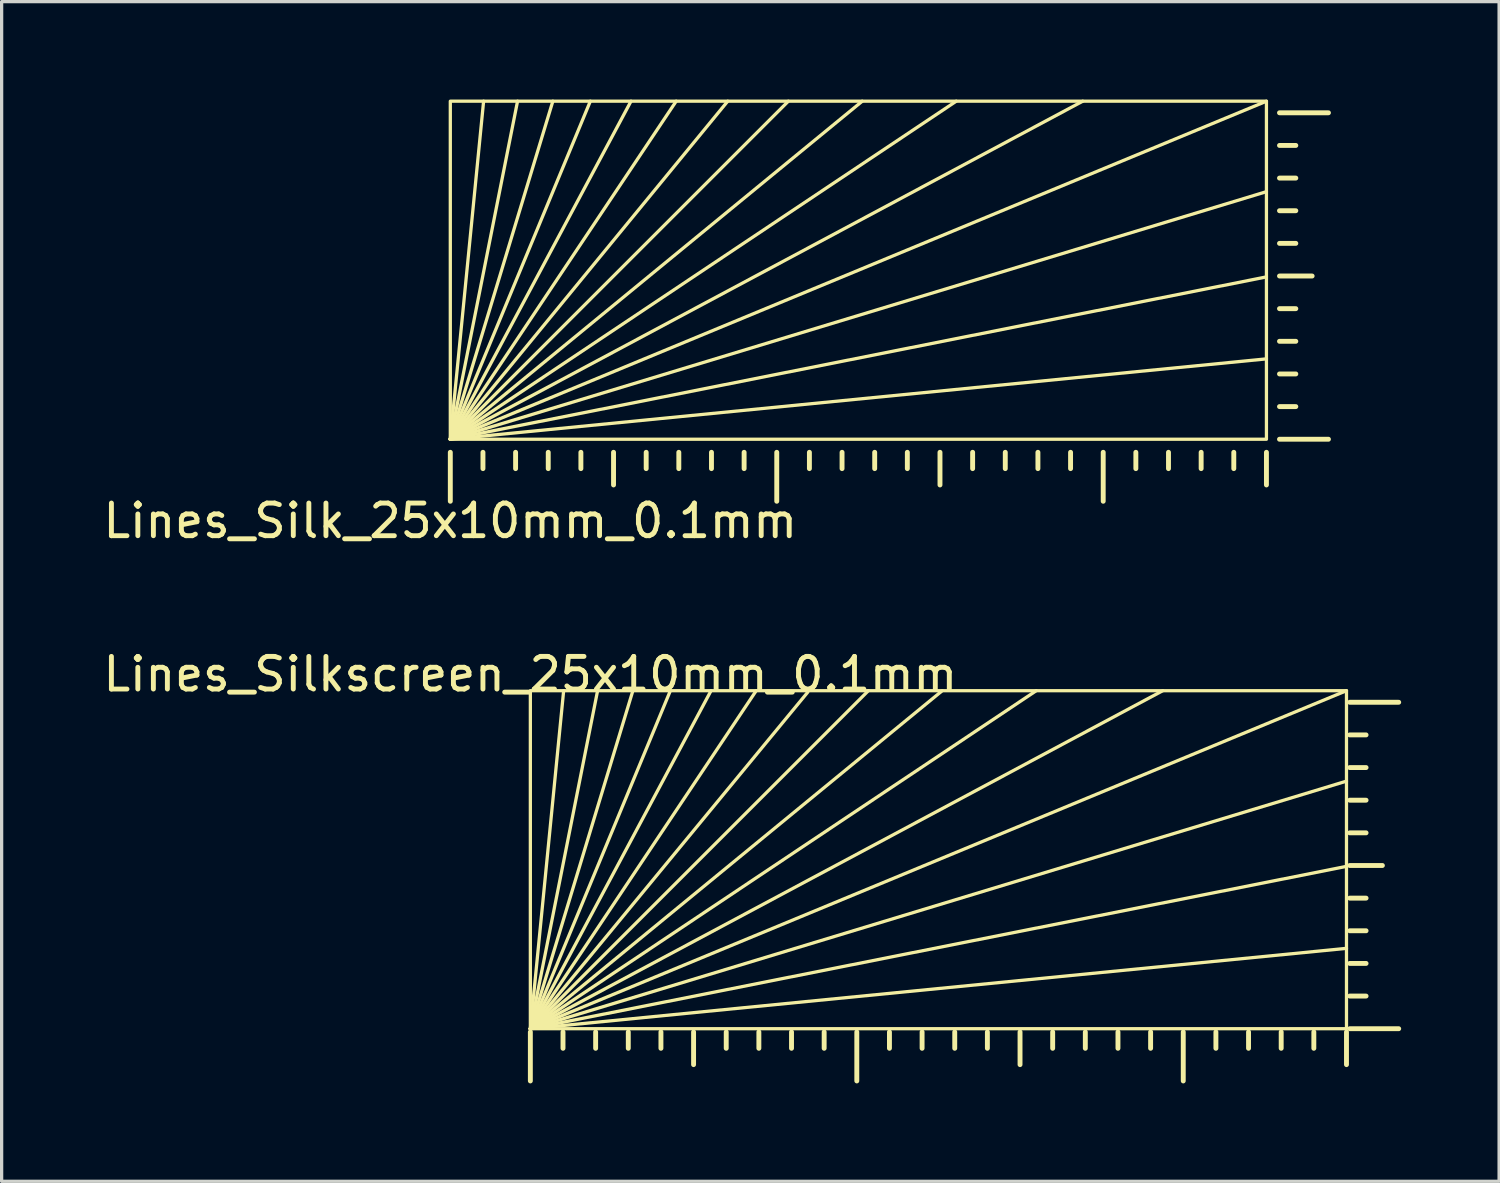
<source format=kicad_pcb>
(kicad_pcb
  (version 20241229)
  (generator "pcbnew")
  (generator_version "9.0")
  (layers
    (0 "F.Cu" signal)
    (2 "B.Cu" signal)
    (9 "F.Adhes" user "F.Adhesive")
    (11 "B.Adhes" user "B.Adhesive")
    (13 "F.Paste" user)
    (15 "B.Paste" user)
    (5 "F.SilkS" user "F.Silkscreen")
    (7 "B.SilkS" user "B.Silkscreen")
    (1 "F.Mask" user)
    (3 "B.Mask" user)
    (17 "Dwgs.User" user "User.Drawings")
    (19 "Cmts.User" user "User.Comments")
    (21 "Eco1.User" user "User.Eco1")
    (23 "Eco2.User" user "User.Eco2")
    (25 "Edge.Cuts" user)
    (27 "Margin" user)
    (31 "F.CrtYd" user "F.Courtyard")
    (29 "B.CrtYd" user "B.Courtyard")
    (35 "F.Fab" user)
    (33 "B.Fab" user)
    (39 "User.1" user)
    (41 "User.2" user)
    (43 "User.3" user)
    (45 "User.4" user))
  (footprint "Lines_Silk_25x10mm_0.1mm"
    (layer "F.Cu")
    (at 10.744 10.405)
    (property "Reference" "Lines_Silk_25x10mm_0.1mm" (at 0 2.5 0) (unlocked yes) (layer "F.SilkS") (effects (font (size 1 1) (thickness 0.15))))
    (fp_line (start 0 0) (end 1.02 -10.355) (stroke (width 0.1) (type default)) (layer "F.SilkS"))
    (fp_line (start 0 0) (end 2.06 -10.355) (stroke (width 0.1) (type default)) (layer "F.SilkS"))
    (fp_line (start 0 0) (end 3.141 -10.355) (stroke (width 0.1) (type default)) (layer "F.SilkS"))
    (fp_line (start 0 0) (end 4.289 -10.355) (stroke (width 0.1) (type default)) (layer "F.SilkS"))
    (fp_line (start 0 0) (end 5.535 -10.355) (stroke (width 0.1) (type default)) (layer "F.SilkS"))
    (fp_line (start 0 0) (end 6.919 -10.355) (stroke (width 0.1) (type default)) (layer "F.SilkS"))
    (fp_line (start 0 0) (end 8.498 -10.355) (stroke (width 0.1) (type default)) (layer "F.SilkS"))
    (fp_line (start 0 0) (end 10.355 -10.355) (stroke (width 0.1) (type default)) (layer "F.SilkS"))
    (fp_line (start 0 0) (end 12.618 -10.355) (stroke (width 0.1) (type default)) (layer "F.SilkS"))
    (fp_line (start 0 0) (end 15.498 -10.355) (stroke (width 0.1) (type default)) (layer "F.SilkS"))
    (fp_line (start 0 0) (end 19.373 -10.355) (stroke (width 0.1) (type default)) (layer "F.SilkS"))
    (fp_line (start 0 0) (end 25 -10.355) (stroke (width 0.1) (type default)) (layer "F.SilkS"))
    (fp_line (start 0 0) (end 25 -7.584) (stroke (width 0.1) (type default)) (layer "F.SilkS"))
    (fp_line (start 0 0) (end 25 -4.973) (stroke (width 0.1) (type default)) (layer "F.SilkS"))
    (fp_line (start 0 0) (end 25 -2.462) (stroke (width 0.1) (type default)) (layer "F.SilkS"))
    (fp_line (start 0 1.9) (end 0 0.4) (stroke (width 0.15) (type default)) (layer "F.SilkS"))
    (fp_line (start 1 0.9) (end 1 0.4) (stroke (width 0.15) (type default)) (layer "F.SilkS"))
    (fp_line (start 2 0.9) (end 2 0.4) (stroke (width 0.15) (type default)) (layer "F.SilkS"))
    (fp_line (start 3 0.9) (end 3 0.4) (stroke (width 0.15) (type default)) (layer "F.SilkS"))
    (fp_line (start 4 0.9) (end 4 0.4) (stroke (width 0.15) (type default)) (layer "F.SilkS"))
    (fp_line (start 5 1.4) (end 5 0.4) (stroke (width 0.15) (type default)) (layer "F.SilkS"))
    (fp_line (start 6 0.9) (end 6 0.4) (stroke (width 0.15) (type default)) (layer "F.SilkS"))
    (fp_line (start 7 0.9) (end 7 0.4) (stroke (width 0.15) (type default)) (layer "F.SilkS"))
    (fp_line (start 8 0.9) (end 8 0.4) (stroke (width 0.15) (type default)) (layer "F.SilkS"))
    (fp_line (start 9 0.9) (end 9 0.4) (stroke (width 0.15) (type default)) (layer "F.SilkS"))
    (fp_line (start 10 1.9) (end 10 0.4) (stroke (width 0.15) (type default)) (layer "F.SilkS"))
    (fp_line (start 11 0.9) (end 11 0.4) (stroke (width 0.15) (type default)) (layer "F.SilkS"))
    (fp_line (start 12 0.9) (end 12 0.4) (stroke (width 0.15) (type default)) (layer "F.SilkS"))
    (fp_line (start 13 0.9) (end 13 0.4) (stroke (width 0.15) (type default)) (layer "F.SilkS"))
    (fp_line (start 14 0.9) (end 14 0.4) (stroke (width 0.15) (type default)) (layer "F.SilkS"))
    (fp_line (start 15 1.4) (end 15 0.4) (stroke (width 0.15) (type default)) (layer "F.SilkS"))
    (fp_line (start 16 0.9) (end 16 0.4) (stroke (width 0.15) (type default)) (layer "F.SilkS"))
    (fp_line (start 17 0.9) (end 17 0.4) (stroke (width 0.15) (type default)) (layer "F.SilkS"))
    (fp_line (start 18 0.9) (end 18 0.4) (stroke (width 0.15) (type default)) (layer "F.SilkS"))
    (fp_line (start 19 0.9) (end 19 0.4) (stroke (width 0.15) (type default)) (layer "F.SilkS"))
    (fp_line (start 20 1.9) (end 20 0.4) (stroke (width 0.15) (type default)) (layer "F.SilkS"))
    (fp_line (start 21 0.9) (end 21 0.4) (stroke (width 0.15) (type default)) (layer "F.SilkS"))
    (fp_line (start 22 0.9) (end 22 0.4) (stroke (width 0.15) (type default)) (layer "F.SilkS"))
    (fp_line (start 23 0.9) (end 23 0.4) (stroke (width 0.15) (type default)) (layer "F.SilkS"))
    (fp_line (start 24 0.9) (end 24 0.4) (stroke (width 0.15) (type default)) (layer "F.SilkS"))
    (fp_line (start 25 1.4) (end 25 0.4) (stroke (width 0.15) (type default)) (layer "F.SilkS"))
    (fp_line (start 25.9 -9) (end 25.4 -9) (stroke (width 0.15) (type default)) (layer "F.SilkS"))
    (fp_line (start 25.9 -8) (end 25.4 -8) (stroke (width 0.15) (type default)) (layer "F.SilkS"))
    (fp_line (start 25.9 -7) (end 25.4 -7) (stroke (width 0.15) (type default)) (layer "F.SilkS"))
    (fp_line (start 25.9 -6) (end 25.4 -6) (stroke (width 0.15) (type default)) (layer "F.SilkS"))
    (fp_line (start 25.9 -4) (end 25.4 -4) (stroke (width 0.15) (type default)) (layer "F.SilkS"))
    (fp_line (start 25.9 -3) (end 25.4 -3) (stroke (width 0.15) (type default)) (layer "F.SilkS"))
    (fp_line (start 25.9 -2) (end 25.4 -2) (stroke (width 0.15) (type default)) (layer "F.SilkS"))
    (fp_line (start 25.9 -1) (end 25.4 -1) (stroke (width 0.15) (type default)) (layer "F.SilkS"))
    (fp_line (start 26.4 -5) (end 25.4 -5) (stroke (width 0.15) (type default)) (layer "F.SilkS"))
    (fp_line (start 26.9 -10) (end 25.4 -10) (stroke (width 0.15) (type default)) (layer "F.SilkS"))
    (fp_line (start 26.9 0) (end 25.4 0) (stroke (width 0.15) (type default)) (layer "F.SilkS"))
    (fp_rect (start 0 0) (end 25 -10.355) (stroke (width 0.1) (type default)) (fill no) (layer "F.SilkS")))
  (footprint "Lines_Silkscreen_25x10mm_0.1mm"
    (layer "F.Cu")
    (at 13.196 28.462)
    (property "Reference" "Lines_Silkscreen_25x10mm_0.1mm" (at 0 -10.86 0) (unlocked yes) (layer "F.SilkS") (effects (font (size 1 1) (thickness 0.15))))
    (fp_line (start 0 0) (end 1.02 -10.355) (stroke (width 0.1) (type default)) (layer "F.SilkS"))
    (fp_line (start 0 0) (end 2.06 -10.355) (stroke (width 0.1) (type default)) (layer "F.SilkS"))
    (fp_line (start 0 0) (end 3.141 -10.355) (stroke (width 0.1) (type default)) (layer "F.SilkS"))
    (fp_line (start 0 0) (end 4.289 -10.355) (stroke (width 0.1) (type default)) (layer "F.SilkS"))
    (fp_line (start 0 0) (end 5.535 -10.355) (stroke (width 0.1) (type default)) (layer "F.SilkS"))
    (fp_line (start 0 0) (end 6.919 -10.355) (stroke (width 0.1) (type default)) (layer "F.SilkS"))
    (fp_line (start 0 0) (end 8.498 -10.31) (stroke (width 0.1) (type default)) (layer "F.SilkS"))
    (fp_line (start 0 0) (end 10.355 -10.355) (stroke (width 0.1) (type default)) (layer "F.SilkS"))
    (fp_line (start 0 0) (end 12.618 -10.355) (stroke (width 0.1) (type default)) (layer "F.SilkS"))
    (fp_line (start 0 0) (end 15.498 -10.355) (stroke (width 0.1) (type default)) (layer "F.SilkS"))
    (fp_line (start 0 0) (end 19.373 -10.355) (stroke (width 0.1) (type default)) (layer "F.SilkS"))
    (fp_line (start 0 0) (end 25 -10.355) (stroke (width 0.1) (type default)) (layer "F.SilkS"))
    (fp_line (start 0 0) (end 25 -7.584) (stroke (width 0.1) (type default)) (layer "F.SilkS"))
    (fp_line (start 0 0) (end 25 -4.973) (stroke (width 0.1) (type default)) (layer "F.SilkS"))
    (fp_line (start 0 0) (end 25 -2.462) (stroke (width 0.1) (type default)) (layer "F.SilkS"))
    (fp_line (start 0 1.6) (end 0 0.1) (stroke (width 0.15) (type default)) (layer "F.SilkS"))
    (fp_line (start 1 0.6) (end 1 0.1) (stroke (width 0.15) (type default)) (layer "F.SilkS"))
    (fp_line (start 2 0.6) (end 2 0.1) (stroke (width 0.15) (type default)) (layer "F.SilkS"))
    (fp_line (start 3 0.6) (end 3 0.1) (stroke (width 0.15) (type default)) (layer "F.SilkS"))
    (fp_line (start 4 0.6) (end 4 0.1) (stroke (width 0.15) (type default)) (layer "F.SilkS"))
    (fp_line (start 5 1.1) (end 5 0.1) (stroke (width 0.15) (type default)) (layer "F.SilkS"))
    (fp_line (start 6 0.6) (end 6 0.1) (stroke (width 0.15) (type default)) (layer "F.SilkS"))
    (fp_line (start 7 0.6) (end 7 0.1) (stroke (width 0.15) (type default)) (layer "F.SilkS"))
    (fp_line (start 8 0.6) (end 8 0.1) (stroke (width 0.15) (type default)) (layer "F.SilkS"))
    (fp_line (start 9 0.6) (end 9 0.1) (stroke (width 0.15) (type default)) (layer "F.SilkS"))
    (fp_line (start 10 1.6) (end 10 0.1) (stroke (width 0.15) (type default)) (layer "F.SilkS"))
    (fp_line (start 11 0.6) (end 11 0.1) (stroke (width 0.15) (type default)) (layer "F.SilkS"))
    (fp_line (start 12 0.6) (end 12 0.1) (stroke (width 0.15) (type default)) (layer "F.SilkS"))
    (fp_line (start 13 0.6) (end 13 0.1) (stroke (width 0.15) (type default)) (layer "F.SilkS"))
    (fp_line (start 14 0.6) (end 14 0.1) (stroke (width 0.15) (type default)) (layer "F.SilkS"))
    (fp_line (start 15 1.1) (end 15 0.1) (stroke (width 0.15) (type default)) (layer "F.SilkS"))
    (fp_line (start 16 0.6) (end 16 0.1) (stroke (width 0.15) (type default)) (layer "F.SilkS"))
    (fp_line (start 17 0.6) (end 17 0.1) (stroke (width 0.15) (type default)) (layer "F.SilkS"))
    (fp_line (start 18 0.6) (end 18 0.1) (stroke (width 0.15) (type default)) (layer "F.SilkS"))
    (fp_line (start 19 0.6) (end 19 0.1) (stroke (width 0.15) (type default)) (layer "F.SilkS"))
    (fp_line (start 20 1.6) (end 20 0.1) (stroke (width 0.15) (type default)) (layer "F.SilkS"))
    (fp_line (start 21 0.6) (end 21 0.1) (stroke (width 0.15) (type default)) (layer "F.SilkS"))
    (fp_line (start 22 0.6) (end 22 0.1) (stroke (width 0.15) (type default)) (layer "F.SilkS"))
    (fp_line (start 23 0.6) (end 23 0.1) (stroke (width 0.15) (type default)) (layer "F.SilkS"))
    (fp_line (start 24 0.6) (end 24 0.1) (stroke (width 0.15) (type default)) (layer "F.SilkS"))
    (fp_line (start 25 1.1) (end 25 0.1) (stroke (width 0.15) (type default)) (layer "F.SilkS"))
    (fp_line (start 25.6 -9) (end 25.1 -9) (stroke (width 0.15) (type default)) (layer "F.SilkS"))
    (fp_line (start 25.6 -8) (end 25.1 -8) (stroke (width 0.15) (type default)) (layer "F.SilkS"))
    (fp_line (start 25.6 -7) (end 25.1 -7) (stroke (width 0.15) (type default)) (layer "F.SilkS"))
    (fp_line (start 25.6 -6) (end 25.1 -6) (stroke (width 0.15) (type default)) (layer "F.SilkS"))
    (fp_line (start 25.6 -4) (end 25.1 -4) (stroke (width 0.15) (type default)) (layer "F.SilkS"))
    (fp_line (start 25.6 -3) (end 25.1 -3) (stroke (width 0.15) (type default)) (layer "F.SilkS"))
    (fp_line (start 25.6 -2) (end 25.1 -2) (stroke (width 0.15) (type default)) (layer "F.SilkS"))
    (fp_line (start 25.6 -1) (end 25.1 -1) (stroke (width 0.15) (type default)) (layer "F.SilkS"))
    (fp_line (start 26.1 -5) (end 25.1 -5) (stroke (width 0.15) (type default)) (layer "F.SilkS"))
    (fp_line (start 26.6 -10) (end 25.1 -10) (stroke (width 0.15) (type default)) (layer "F.SilkS"))
    (fp_line (start 26.6 0) (end 25.1 0) (stroke (width 0.15) (type default)) (layer "F.SilkS"))
    (fp_rect (start 0 0) (end 25 -10.355) (stroke (width 0.1) (type default)) (fill no) (layer "F.SilkS")))
  (gr_rect
    (start -3 -3)
    (end 42.871 33.137)
    (stroke (width 0.1) (type default))
    (fill no)
    (layer "Edge.Cuts")))
</source>
